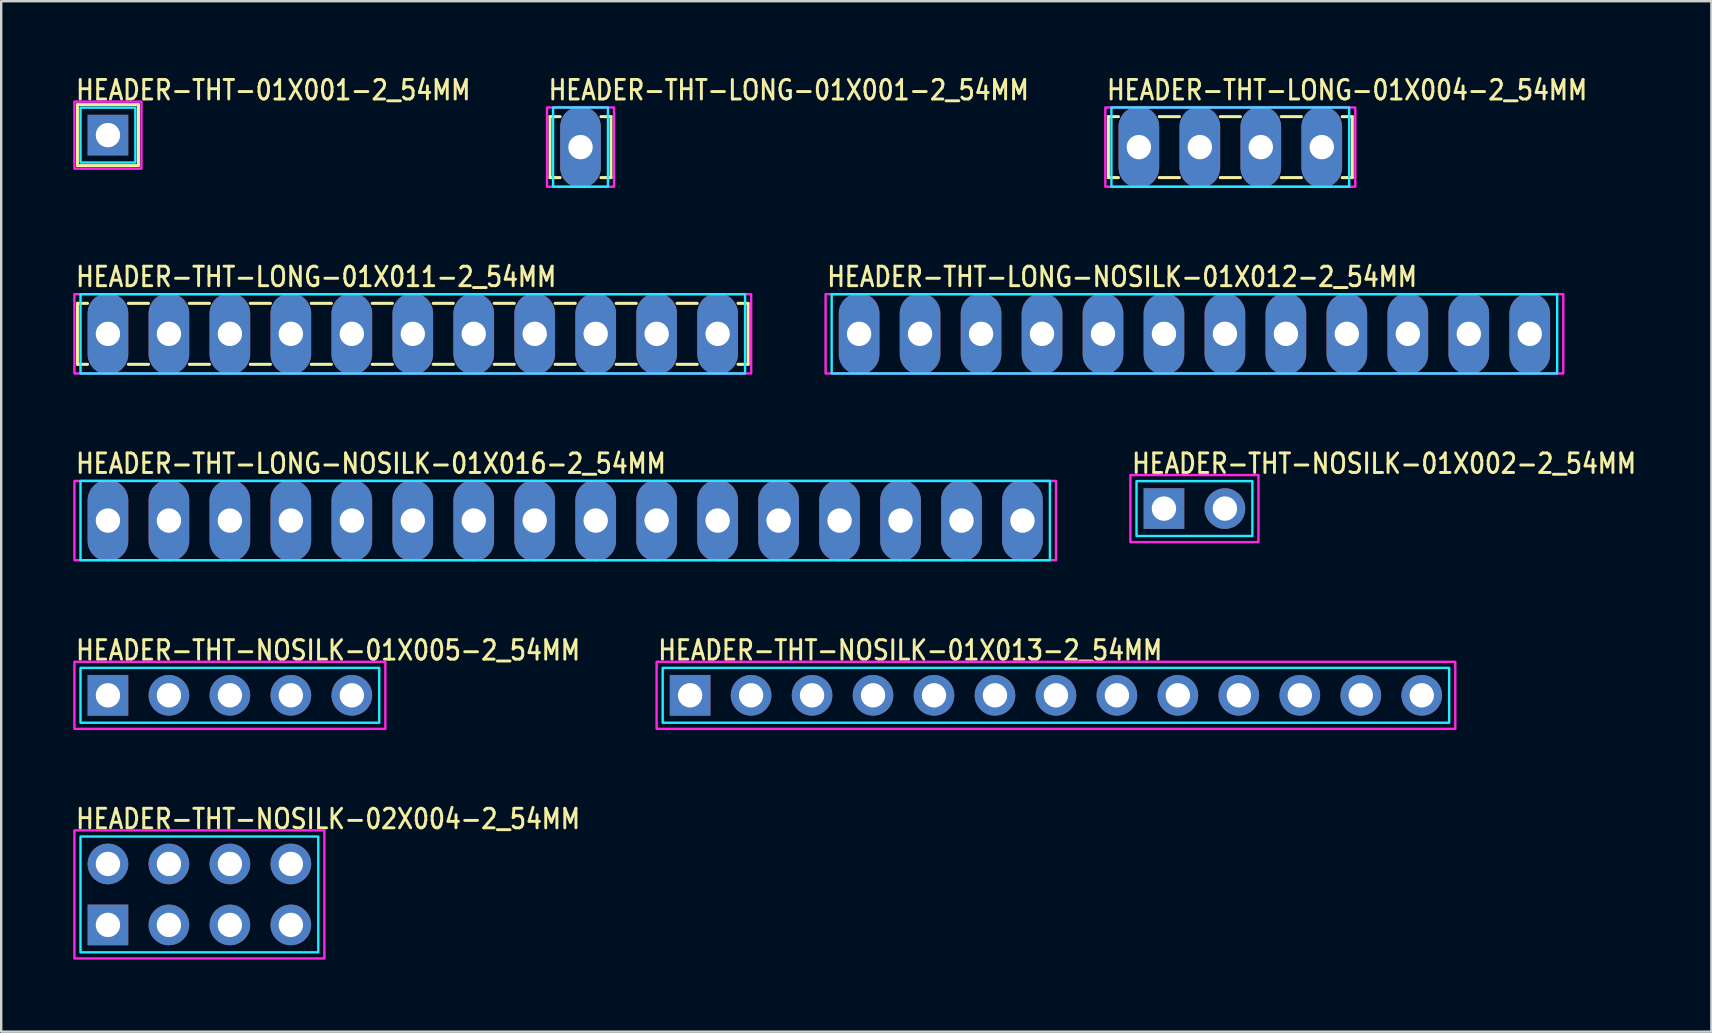
<source format=kicad_pcb>
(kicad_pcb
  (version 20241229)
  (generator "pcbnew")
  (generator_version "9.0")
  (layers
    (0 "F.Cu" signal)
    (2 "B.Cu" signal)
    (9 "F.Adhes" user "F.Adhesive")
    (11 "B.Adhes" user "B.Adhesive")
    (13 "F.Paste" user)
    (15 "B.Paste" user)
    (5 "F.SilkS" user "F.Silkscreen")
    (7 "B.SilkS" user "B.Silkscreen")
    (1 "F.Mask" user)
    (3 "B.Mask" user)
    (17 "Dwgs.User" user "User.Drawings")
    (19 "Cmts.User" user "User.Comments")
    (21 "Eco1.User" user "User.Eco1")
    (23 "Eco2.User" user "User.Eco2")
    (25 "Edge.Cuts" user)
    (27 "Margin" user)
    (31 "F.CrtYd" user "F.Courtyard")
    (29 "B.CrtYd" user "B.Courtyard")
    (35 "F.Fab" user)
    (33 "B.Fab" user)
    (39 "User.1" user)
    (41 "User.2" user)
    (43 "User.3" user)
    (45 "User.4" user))
  (footprint "HEADER-THT-LONG-01X001-2_54MM"
    (layer "F.Cu")
    (at 21.135 3.079)
    (property "Reference" "HEADER-THT-LONG-01X001-2_54MM" (at -1.4 -1.9 0) (unlocked yes) (layer "F.SilkS") (effects (font (size 0.813 0.695) (thickness 0.122)) (justify left bottom)))
    (fp_line (start -1.27 -1.27) (end -1.27 1.27) (stroke (width 0.127) (type solid)) (layer "F.SilkS"))
    (fp_line (start -1.27 1.27) (end -0.85 1.27) (stroke (width 0.127) (type solid)) (layer "F.SilkS"))
    (fp_line (start -0.85 -1.27) (end -1.27 -1.27) (stroke (width 0.127) (type solid)) (layer "F.SilkS"))
    (fp_line (start 0.85 -1.27) (end 1.27 -1.27) (stroke (width 0.127) (type solid)) (layer "F.SilkS"))
    (fp_line (start 1.27 -1.27) (end 1.27 1.27) (stroke (width 0.127) (type solid)) (layer "F.SilkS"))
    (fp_line (start 1.27 1.27) (end 0.85 1.27) (stroke (width 0.127) (type solid)) (layer "F.SilkS"))
    (fp_poly (pts (xy -1.143 -1.651) (xy 1.143 -1.651) (xy 1.143 1.651) (xy -1.143 1.651)) (stroke (width 0.1) (type solid)) (fill no) (layer "B.CrtYd"))
    (fp_poly (pts (xy -1.397 -1.651) (xy 1.397 -1.651) (xy 1.397 1.651) (xy -1.397 1.651)) (stroke (width 0.1) (type solid)) (fill no) (layer "F.CrtYd"))
    (pad "P$1" thru_hole oval (at 0 0 90) (size 3.387 1.693) (drill 1.016) (layers "*.Cu" "*.Mask")))
  (footprint "HEADER-THT-LONG-01X004-2_54MM"
    (layer "F.Cu")
    (at 44.396 3.079)
    (property "Reference" "HEADER-THT-LONG-01X004-2_54MM" (at -1.4 -1.9 0) (unlocked yes) (layer "F.SilkS") (effects (font (size 0.813 0.695) (thickness 0.122)) (justify left bottom)))
    (fp_line (start -1.27 -1.27) (end -1.27 1.27) (stroke (width 0.127) (type solid)) (layer "F.SilkS"))
    (fp_line (start -1.27 1.27) (end -0.85 1.27) (stroke (width 0.127) (type solid)) (layer "F.SilkS"))
    (fp_line (start -0.85 -1.27) (end -1.27 -1.27) (stroke (width 0.127) (type solid)) (layer "F.SilkS"))
    (fp_line (start 0.85 -1.27) (end 1.69 -1.27) (stroke (width 0.127) (type solid)) (layer "F.SilkS"))
    (fp_line (start 0.85 1.27) (end 1.69 1.27) (stroke (width 0.127) (type solid)) (layer "F.SilkS"))
    (fp_line (start 3.39 -1.27) (end 4.23 -1.27) (stroke (width 0.127) (type solid)) (layer "F.SilkS"))
    (fp_line (start 3.39 1.27) (end 4.23 1.27) (stroke (width 0.127) (type solid)) (layer "F.SilkS"))
    (fp_line (start 5.93 -1.27) (end 6.77 -1.27) (stroke (width 0.127) (type solid)) (layer "F.SilkS"))
    (fp_line (start 5.93 1.27) (end 6.77 1.27) (stroke (width 0.127) (type solid)) (layer "F.SilkS"))
    (fp_line (start 8.47 -1.27) (end 8.89 -1.27) (stroke (width 0.127) (type solid)) (layer "F.SilkS"))
    (fp_line (start 8.89 -1.27) (end 8.89 1.27) (stroke (width 0.127) (type solid)) (layer "F.SilkS"))
    (fp_line (start 8.89 1.27) (end 8.47 1.27) (stroke (width 0.127) (type solid)) (layer "F.SilkS"))
    (fp_poly (pts (xy -1.143 -1.651) (xy 8.763 -1.651) (xy 8.763 1.651) (xy -1.143 1.651)) (stroke (width 0.1) (type solid)) (fill no) (layer "B.CrtYd"))
    (fp_poly (pts (xy -1.397 -1.651) (xy 9.017 -1.651) (xy 9.017 1.651) (xy -1.397 1.651)) (stroke (width 0.1) (type solid)) (fill no) (layer "F.CrtYd"))
    (pad "P$1" thru_hole oval (at 0 0 90) (size 3.387 1.693) (drill 1.016) (layers "*.Cu" "*.Mask"))
    (pad "P$2" thru_hole oval (at 2.54 0 90) (size 3.387 1.693) (drill 1.016) (layers "*.Cu" "*.Mask"))
    (pad "P$3" thru_hole oval (at 5.08 0 90) (size 3.387 1.693) (drill 1.016) (layers "*.Cu" "*.Mask"))
    (pad "P$4" thru_hole oval (at 7.62 0 90) (size 3.387 1.693) (drill 1.016) (layers "*.Cu" "*.Mask")))
  (footprint "HEADER-THT-01X001-2_54MM"
    (layer "F.Cu")
    (at 1.447 2.579)
    (property "Reference" "HEADER-THT-01X001-2_54MM" (at -1.4 -1.4 0) (unlocked yes) (layer "F.SilkS") (effects (font (size 0.813 0.695) (thickness 0.122)) (justify left bottom)))
    (fp_line (start -1.27 -1.27) (end -1.27 1.27) (stroke (width 0.127) (type solid)) (layer "F.SilkS"))
    (fp_line (start -1.27 1.27) (end 1.27 1.27) (stroke (width 0.127) (type solid)) (layer "F.SilkS"))
    (fp_line (start 1.27 -1.27) (end -1.27 -1.27) (stroke (width 0.127) (type solid)) (layer "F.SilkS"))
    (fp_line (start 1.27 1.27) (end 1.27 -1.27) (stroke (width 0.127) (type solid)) (layer "F.SilkS"))
    (fp_poly (pts (xy -1.143 -1.143) (xy 1.143 -1.143) (xy 1.143 1.143) (xy -1.143 1.143)) (stroke (width 0.1) (type solid)) (fill no) (layer "B.CrtYd"))
    (fp_poly (pts (xy -1.397 -1.397) (xy 1.397 -1.397) (xy 1.397 1.397) (xy -1.397 1.397)) (stroke (width 0.1) (type solid)) (fill no) (layer "F.CrtYd"))
    (pad "P$1" thru_hole rect (at 0 0) (size 1.693 1.693) (drill 1.016) (layers "*.Cu" "*.Mask")))
  (footprint "HEADER-THT-LONG-NOSILK-01X012-2_54MM"
    (layer "F.Cu")
    (at 32.741 10.858)
    (property "Reference" "HEADER-THT-LONG-NOSILK-01X012-2_54MM" (at -1.4 -1.9 0) (unlocked yes) (layer "F.SilkS") (effects (font (size 0.813 0.695) (thickness 0.122)) (justify left bottom)))
    (fp_poly (pts (xy -1.143 -1.651) (xy 29.083 -1.651) (xy 29.083 1.651) (xy -1.143 1.651)) (stroke (width 0.1) (type solid)) (fill no) (layer "B.CrtYd"))
    (fp_poly (pts (xy -1.397 -1.651) (xy 29.337 -1.651) (xy 29.337 1.651) (xy -1.397 1.651)) (stroke (width 0.1) (type solid)) (fill no) (layer "F.CrtYd"))
    (pad "P$1" thru_hole oval (at 0 0 90) (size 3.387 1.693) (drill 1.016) (layers "*.Cu" "*.Mask"))
    (pad "P$2" thru_hole oval (at 2.54 0 90) (size 3.387 1.693) (drill 1.016) (layers "*.Cu" "*.Mask"))
    (pad "P$3" thru_hole oval (at 5.08 0 90) (size 3.387 1.693) (drill 1.016) (layers "*.Cu" "*.Mask"))
    (pad "P$4" thru_hole oval (at 7.62 0 90) (size 3.387 1.693) (drill 1.016) (layers "*.Cu" "*.Mask"))
    (pad "P$5" thru_hole oval (at 10.16 0 90) (size 3.387 1.693) (drill 1.016) (layers "*.Cu" "*.Mask"))
    (pad "P$6" thru_hole oval (at 12.7 0 90) (size 3.387 1.693) (drill 1.016) (layers "*.Cu" "*.Mask"))
    (pad "P$7" thru_hole oval (at 15.24 0 90) (size 3.387 1.693) (drill 1.016) (layers "*.Cu" "*.Mask"))
    (pad "P$8" thru_hole oval (at 17.78 0 90) (size 3.387 1.693) (drill 1.016) (layers "*.Cu" "*.Mask"))
    (pad "P$9" thru_hole oval (at 20.32 0 90) (size 3.387 1.693) (drill 1.016) (layers "*.Cu" "*.Mask"))
    (pad "P$10" thru_hole oval (at 22.86 0 90) (size 3.387 1.693) (drill 1.016) (layers "*.Cu" "*.Mask"))
    (pad "P$11" thru_hole oval (at 25.4 0 90) (size 3.387 1.693) (drill 1.016) (layers "*.Cu" "*.Mask"))
    (pad "P$12" thru_hole oval (at 27.94 0 90) (size 3.387 1.693) (drill 1.016) (layers "*.Cu" "*.Mask")))
  (footprint "HEADER-THT-NOSILK-02X004-2_54MM"
    (layer "F.Cu")
    (at 1.447 35.483)
    (property "Reference" "HEADER-THT-NOSILK-02X004-2_54MM" (at -1.4 -3.94 0) (unlocked yes) (layer "F.SilkS") (effects (font (size 0.813 0.695) (thickness 0.122)) (justify left bottom)))
    (fp_poly (pts (xy -1.143 -3.683) (xy 8.763 -3.683) (xy 8.763 1.143) (xy -1.143 1.143)) (stroke (width 0.1) (type solid)) (fill no) (layer "B.CrtYd"))
    (fp_poly (pts (xy -1.397 -3.937) (xy 9.017 -3.937) (xy 9.017 1.397) (xy -1.397 1.397)) (stroke (width 0.1) (type solid)) (fill no) (layer "F.CrtYd"))
    (pad "P$1" thru_hole rect (at 0 0) (size 1.693 1.693) (drill 1.016) (layers "*.Cu" "*.Mask"))
    (pad "P$2" thru_hole oval (at 0 -2.54) (size 1.693 1.693) (drill 1.016) (layers "*.Cu" "*.Mask"))
    (pad "P$3" thru_hole oval (at 2.54 0) (size 1.693 1.693) (drill 1.016) (layers "*.Cu" "*.Mask"))
    (pad "P$4" thru_hole oval (at 2.54 -2.54) (size 1.693 1.693) (drill 1.016) (layers "*.Cu" "*.Mask"))
    (pad "P$5" thru_hole oval (at 5.08 0) (size 1.693 1.693) (drill 1.016) (layers "*.Cu" "*.Mask"))
    (pad "P$6" thru_hole oval (at 5.08 -2.54) (size 1.693 1.693) (drill 1.016) (layers "*.Cu" "*.Mask"))
    (pad "P$7" thru_hole oval (at 7.62 0) (size 1.693 1.693) (drill 1.016) (layers "*.Cu" "*.Mask"))
    (pad "P$8" thru_hole oval (at 7.62 -2.54) (size 1.693 1.693) (drill 1.016) (layers "*.Cu" "*.Mask")))
  (footprint "HEADER-THT-LONG-NOSILK-01X016-2_54MM"
    (layer "F.Cu")
    (at 1.447 18.638)
    (property "Reference" "HEADER-THT-LONG-NOSILK-01X016-2_54MM" (at -1.4 -1.9 0) (unlocked yes) (layer "F.SilkS") (effects (font (size 0.813 0.695) (thickness 0.122)) (justify left bottom)))
    (fp_poly (pts (xy -1.143 -1.651) (xy 39.243 -1.651) (xy 39.243 1.651) (xy -1.143 1.651)) (stroke (width 0.1) (type solid)) (fill no) (layer "B.CrtYd"))
    (fp_poly (pts (xy -1.397 -1.651) (xy 39.497 -1.651) (xy 39.497 1.651) (xy -1.397 1.651)) (stroke (width 0.1) (type solid)) (fill no) (layer "F.CrtYd"))
    (pad "P$1" thru_hole oval (at 0 0 90) (size 3.387 1.693) (drill 1.016) (layers "*.Cu" "*.Mask"))
    (pad "P$2" thru_hole oval (at 2.54 0 90) (size 3.387 1.693) (drill 1.016) (layers "*.Cu" "*.Mask"))
    (pad "P$3" thru_hole oval (at 5.08 0 90) (size 3.387 1.693) (drill 1.016) (layers "*.Cu" "*.Mask"))
    (pad "P$4" thru_hole oval (at 7.62 0 90) (size 3.387 1.693) (drill 1.016) (layers "*.Cu" "*.Mask"))
    (pad "P$5" thru_hole oval (at 10.16 0 90) (size 3.387 1.693) (drill 1.016) (layers "*.Cu" "*.Mask"))
    (pad "P$6" thru_hole oval (at 12.7 0 90) (size 3.387 1.693) (drill 1.016) (layers "*.Cu" "*.Mask"))
    (pad "P$7" thru_hole oval (at 15.24 0 90) (size 3.387 1.693) (drill 1.016) (layers "*.Cu" "*.Mask"))
    (pad "P$8" thru_hole oval (at 17.78 0 90) (size 3.387 1.693) (drill 1.016) (layers "*.Cu" "*.Mask"))
    (pad "P$9" thru_hole oval (at 20.32 0 90) (size 3.387 1.693) (drill 1.016) (layers "*.Cu" "*.Mask"))
    (pad "P$10" thru_hole oval (at 22.86 0 90) (size 3.387 1.693) (drill 1.016) (layers "*.Cu" "*.Mask"))
    (pad "P$11" thru_hole oval (at 25.4 0 90) (size 3.387 1.693) (drill 1.016) (layers "*.Cu" "*.Mask"))
    (pad "P$12" thru_hole oval (at 27.94 0 90) (size 3.387 1.693) (drill 1.016) (layers "*.Cu" "*.Mask"))
    (pad "P$13" thru_hole oval (at 30.48 0 90) (size 3.387 1.693) (drill 1.016) (layers "*.Cu" "*.Mask"))
    (pad "P$14" thru_hole oval (at 33.02 0 90) (size 3.387 1.693) (drill 1.016) (layers "*.Cu" "*.Mask"))
    (pad "P$15" thru_hole oval (at 35.56 0 90) (size 3.387 1.693) (drill 1.016) (layers "*.Cu" "*.Mask"))
    (pad "P$16" thru_hole oval (at 38.1 0 90) (size 3.387 1.693) (drill 1.016) (layers "*.Cu" "*.Mask")))
  (footprint "HEADER-THT-NOSILK-01X013-2_54MM"
    (layer "F.Cu")
    (at 25.701 25.917)
    (property "Reference" "HEADER-THT-NOSILK-01X013-2_54MM" (at -1.4 -1.4 0) (unlocked yes) (layer "F.SilkS") (effects (font (size 0.813 0.695) (thickness 0.122)) (justify left bottom)))
    (fp_poly (pts (xy -1.143 -1.143) (xy 31.623 -1.143) (xy 31.623 1.143) (xy -1.143 1.143)) (stroke (width 0.1) (type solid)) (fill no) (layer "B.CrtYd"))
    (fp_poly (pts (xy -1.397 -1.397) (xy 31.877 -1.397) (xy 31.877 1.397) (xy -1.397 1.397)) (stroke (width 0.1) (type solid)) (fill no) (layer "F.CrtYd"))
    (pad "P$1" thru_hole rect (at 0 0) (size 1.693 1.693) (drill 1.016) (layers "*.Cu" "*.Mask"))
    (pad "P$2" thru_hole oval (at 2.54 0) (size 1.693 1.693) (drill 1.016) (layers "*.Cu" "*.Mask"))
    (pad "P$3" thru_hole oval (at 5.08 0) (size 1.693 1.693) (drill 1.016) (layers "*.Cu" "*.Mask"))
    (pad "P$4" thru_hole oval (at 7.62 0) (size 1.693 1.693) (drill 1.016) (layers "*.Cu" "*.Mask"))
    (pad "P$5" thru_hole oval (at 10.16 0) (size 1.693 1.693) (drill 1.016) (layers "*.Cu" "*.Mask"))
    (pad "P$6" thru_hole oval (at 12.7 0) (size 1.693 1.693) (drill 1.016) (layers "*.Cu" "*.Mask"))
    (pad "P$7" thru_hole oval (at 15.24 0) (size 1.693 1.693) (drill 1.016) (layers "*.Cu" "*.Mask"))
    (pad "P$8" thru_hole oval (at 17.78 0) (size 1.693 1.693) (drill 1.016) (layers "*.Cu" "*.Mask"))
    (pad "P$9" thru_hole oval (at 20.32 0) (size 1.693 1.693) (drill 1.016) (layers "*.Cu" "*.Mask"))
    (pad "P$10" thru_hole oval (at 22.86 0) (size 1.693 1.693) (drill 1.016) (layers "*.Cu" "*.Mask"))
    (pad "P$11" thru_hole oval (at 25.4 0) (size 1.693 1.693) (drill 1.016) (layers "*.Cu" "*.Mask"))
    (pad "P$12" thru_hole oval (at 27.94 0) (size 1.693 1.693) (drill 1.016) (layers "*.Cu" "*.Mask"))
    (pad "P$13" thru_hole oval (at 30.48 0) (size 1.693 1.693) (drill 1.016) (layers "*.Cu" "*.Mask")))
  (footprint "HEADER-THT-NOSILK-01X002-2_54MM"
    (layer "F.Cu")
    (at 45.441 18.138)
    (property "Reference" "HEADER-THT-NOSILK-01X002-2_54MM" (at -1.4 -1.4 0) (unlocked yes) (layer "F.SilkS") (effects (font (size 0.813 0.695) (thickness 0.122)) (justify left bottom)))
    (fp_poly (pts (xy -1.143 -1.143) (xy 3.683 -1.143) (xy 3.683 1.143) (xy -1.143 1.143)) (stroke (width 0.1) (type solid)) (fill no) (layer "B.CrtYd"))
    (fp_poly (pts (xy -1.397 -1.397) (xy 3.937 -1.397) (xy 3.937 1.397) (xy -1.397 1.397)) (stroke (width 0.1) (type solid)) (fill no) (layer "F.CrtYd"))
    (pad "P$1" thru_hole rect (at 0 0) (size 1.693 1.693) (drill 1.016) (layers "*.Cu" "*.Mask"))
    (pad "P$2" thru_hole oval (at 2.54 0) (size 1.693 1.693) (drill 1.016) (layers "*.Cu" "*.Mask")))
  (footprint "HEADER-THT-NOSILK-01X005-2_54MM"
    (layer "F.Cu")
    (at 1.447 25.917)
    (property "Reference" "HEADER-THT-NOSILK-01X005-2_54MM" (at -1.4 -1.4 0) (unlocked yes) (layer "F.SilkS") (effects (font (size 0.813 0.695) (thickness 0.122)) (justify left bottom)))
    (fp_poly (pts (xy -1.143 -1.143) (xy 11.303 -1.143) (xy 11.303 1.143) (xy -1.143 1.143)) (stroke (width 0.1) (type solid)) (fill no) (layer "B.CrtYd"))
    (fp_poly (pts (xy -1.397 -1.397) (xy 11.557 -1.397) (xy 11.557 1.397) (xy -1.397 1.397)) (stroke (width 0.1) (type solid)) (fill no) (layer "F.CrtYd"))
    (pad "P$1" thru_hole rect (at 0 0) (size 1.693 1.693) (drill 1.016) (layers "*.Cu" "*.Mask"))
    (pad "P$2" thru_hole oval (at 2.54 0) (size 1.693 1.693) (drill 1.016) (layers "*.Cu" "*.Mask"))
    (pad "P$3" thru_hole oval (at 5.08 0) (size 1.693 1.693) (drill 1.016) (layers "*.Cu" "*.Mask"))
    (pad "P$4" thru_hole oval (at 7.62 0) (size 1.693 1.693) (drill 1.016) (layers "*.Cu" "*.Mask"))
    (pad "P$5" thru_hole oval (at 10.16 0) (size 1.693 1.693) (drill 1.016) (layers "*.Cu" "*.Mask")))
  (footprint "HEADER-THT-LONG-01X011-2_54MM"
    (layer "F.Cu")
    (at 1.447 10.858)
    (property "Reference" "HEADER-THT-LONG-01X011-2_54MM" (at -1.4 -1.9 0) (unlocked yes) (layer "F.SilkS") (effects (font (size 0.813 0.695) (thickness 0.122)) (justify left bottom)))
    (fp_line (start -1.27 -1.27) (end -1.27 1.27) (stroke (width 0.127) (type solid)) (layer "F.SilkS"))
    (fp_line (start -1.27 1.27) (end -0.85 1.27) (stroke (width 0.127) (type solid)) (layer "F.SilkS"))
    (fp_line (start -0.85 -1.27) (end -1.27 -1.27) (stroke (width 0.127) (type solid)) (layer "F.SilkS"))
    (fp_line (start 0.85 -1.27) (end 1.69 -1.27) (stroke (width 0.127) (type solid)) (layer "F.SilkS"))
    (fp_line (start 0.85 1.27) (end 1.69 1.27) (stroke (width 0.127) (type solid)) (layer "F.SilkS"))
    (fp_line (start 3.39 -1.27) (end 4.23 -1.27) (stroke (width 0.127) (type solid)) (layer "F.SilkS"))
    (fp_line (start 3.39 1.27) (end 4.23 1.27) (stroke (width 0.127) (type solid)) (layer "F.SilkS"))
    (fp_line (start 5.93 -1.27) (end 6.77 -1.27) (stroke (width 0.127) (type solid)) (layer "F.SilkS"))
    (fp_line (start 5.93 1.27) (end 6.77 1.27) (stroke (width 0.127) (type solid)) (layer "F.SilkS"))
    (fp_line (start 8.47 -1.27) (end 9.31 -1.27) (stroke (width 0.127) (type solid)) (layer "F.SilkS"))
    (fp_line (start 8.47 1.27) (end 9.31 1.27) (stroke (width 0.127) (type solid)) (layer "F.SilkS"))
    (fp_line (start 11.01 -1.27) (end 11.85 -1.27) (stroke (width 0.127) (type solid)) (layer "F.SilkS"))
    (fp_line (start 11.01 1.27) (end 11.85 1.27) (stroke (width 0.127) (type solid)) (layer "F.SilkS"))
    (fp_line (start 13.55 -1.27) (end 14.39 -1.27) (stroke (width 0.127) (type solid)) (layer "F.SilkS"))
    (fp_line (start 13.55 1.27) (end 14.39 1.27) (stroke (width 0.127) (type solid)) (layer "F.SilkS"))
    (fp_line (start 16.09 -1.27) (end 16.93 -1.27) (stroke (width 0.127) (type solid)) (layer "F.SilkS"))
    (fp_line (start 16.09 1.27) (end 16.93 1.27) (stroke (width 0.127) (type solid)) (layer "F.SilkS"))
    (fp_line (start 18.63 -1.27) (end 19.47 -1.27) (stroke (width 0.127) (type solid)) (layer "F.SilkS"))
    (fp_line (start 18.63 1.27) (end 19.47 1.27) (stroke (width 0.127) (type solid)) (layer "F.SilkS"))
    (fp_line (start 21.17 -1.27) (end 22.01 -1.27) (stroke (width 0.127) (type solid)) (layer "F.SilkS"))
    (fp_line (start 21.17 1.27) (end 22.01 1.27) (stroke (width 0.127) (type solid)) (layer "F.SilkS"))
    (fp_line (start 23.71 -1.27) (end 24.55 -1.27) (stroke (width 0.127) (type solid)) (layer "F.SilkS"))
    (fp_line (start 23.71 1.27) (end 24.55 1.27) (stroke (width 0.127) (type solid)) (layer "F.SilkS"))
    (fp_line (start 26.25 -1.27) (end 26.67 -1.27) (stroke (width 0.127) (type solid)) (layer "F.SilkS"))
    (fp_line (start 26.67 -1.27) (end 26.67 1.27) (stroke (width 0.127) (type solid)) (layer "F.SilkS"))
    (fp_line (start 26.67 1.27) (end 26.25 1.27) (stroke (width 0.127) (type solid)) (layer "F.SilkS"))
    (fp_poly (pts (xy -1.143 -1.651) (xy 26.543 -1.651) (xy 26.543 1.651) (xy -1.143 1.651)) (stroke (width 0.1) (type solid)) (fill no) (layer "B.CrtYd"))
    (fp_poly (pts (xy -1.397 -1.651) (xy 26.797 -1.651) (xy 26.797 1.651) (xy -1.397 1.651)) (stroke (width 0.1) (type solid)) (fill no) (layer "F.CrtYd"))
    (pad "P$1" thru_hole oval (at 0 0 90) (size 3.387 1.693) (drill 1.016) (layers "*.Cu" "*.Mask"))
    (pad "P$2" thru_hole oval (at 2.54 0 90) (size 3.387 1.693) (drill 1.016) (layers "*.Cu" "*.Mask"))
    (pad "P$3" thru_hole oval (at 5.08 0 90) (size 3.387 1.693) (drill 1.016) (layers "*.Cu" "*.Mask"))
    (pad "P$4" thru_hole oval (at 7.62 0 90) (size 3.387 1.693) (drill 1.016) (layers "*.Cu" "*.Mask"))
    (pad "P$5" thru_hole oval (at 10.16 0 90) (size 3.387 1.693) (drill 1.016) (layers "*.Cu" "*.Mask"))
    (pad "P$6" thru_hole oval (at 12.7 0 90) (size 3.387 1.693) (drill 1.016) (layers "*.Cu" "*.Mask"))
    (pad "P$7" thru_hole oval (at 15.24 0 90) (size 3.387 1.693) (drill 1.016) (layers "*.Cu" "*.Mask"))
    (pad "P$8" thru_hole oval (at 17.78 0 90) (size 3.387 1.693) (drill 1.016) (layers "*.Cu" "*.Mask"))
    (pad "P$9" thru_hole oval (at 20.32 0 90) (size 3.387 1.693) (drill 1.016) (layers "*.Cu" "*.Mask"))
    (pad "P$10" thru_hole oval (at 22.86 0 90) (size 3.387 1.693) (drill 1.016) (layers "*.Cu" "*.Mask"))
    (pad "P$11" thru_hole oval (at 25.4 0 90) (size 3.387 1.693) (drill 1.016) (layers "*.Cu" "*.Mask")))
  (gr_rect
    (start -3 -3)
    (end 68.248 39.93)
    (stroke (width 0.1) (type default))
    (fill no)
    (layer "Edge.Cuts")))
</source>
